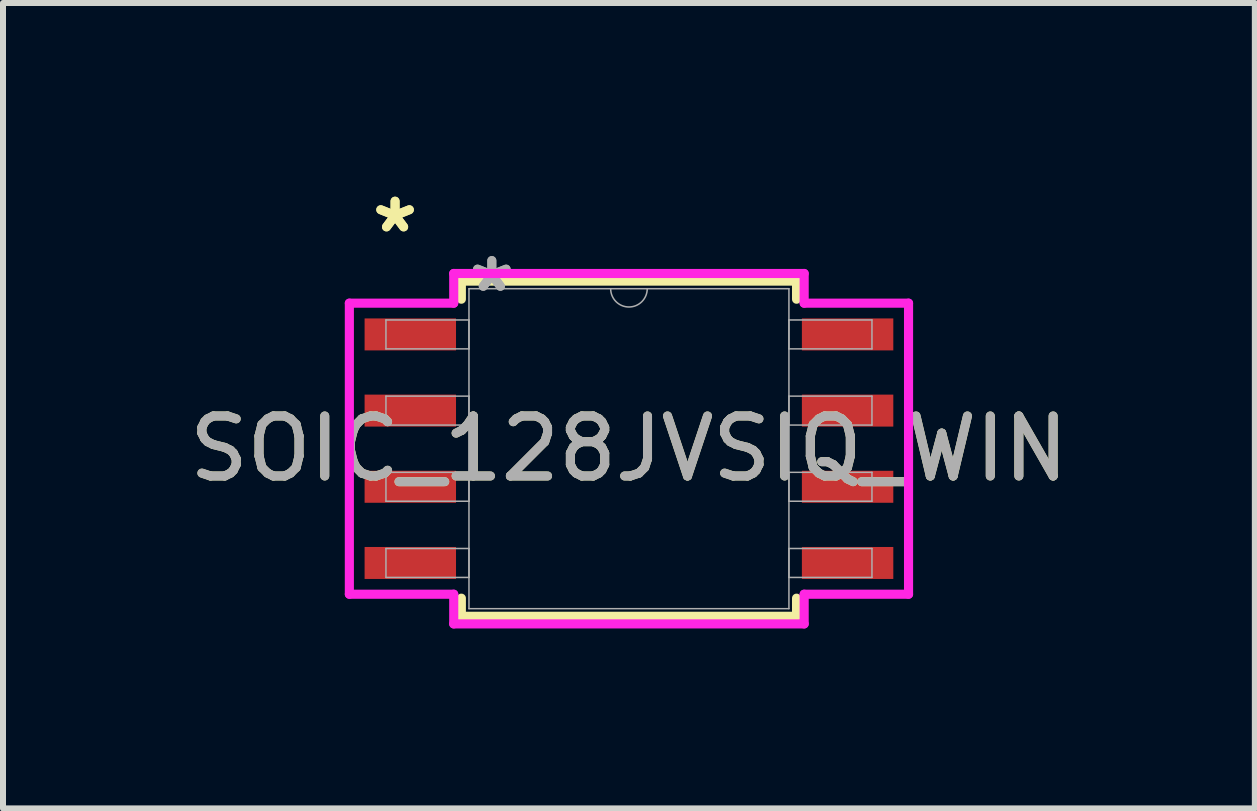
<source format=kicad_pcb>
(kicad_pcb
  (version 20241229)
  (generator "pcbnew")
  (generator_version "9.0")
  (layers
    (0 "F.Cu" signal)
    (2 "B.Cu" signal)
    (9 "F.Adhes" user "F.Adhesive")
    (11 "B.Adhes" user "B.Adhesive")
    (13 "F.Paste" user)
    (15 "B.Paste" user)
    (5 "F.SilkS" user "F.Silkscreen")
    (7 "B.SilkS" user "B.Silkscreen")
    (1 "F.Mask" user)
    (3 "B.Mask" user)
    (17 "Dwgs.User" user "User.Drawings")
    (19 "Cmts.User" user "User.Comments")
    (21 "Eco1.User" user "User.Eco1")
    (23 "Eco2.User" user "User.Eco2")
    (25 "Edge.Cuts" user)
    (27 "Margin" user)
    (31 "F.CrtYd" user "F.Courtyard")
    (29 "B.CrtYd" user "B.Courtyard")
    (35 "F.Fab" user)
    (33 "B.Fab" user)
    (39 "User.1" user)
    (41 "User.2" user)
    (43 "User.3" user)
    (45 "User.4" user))
  (footprint "SOIC_128JVSIQ_WIN"
    (layer "F.Cu")
    (at 7.435 4.43)
    (property "Reference" "SOIC_128JVSIQ_WIN" (at 0 0 0) (unlocked yes) (layer "F.SilkS") (effects (font (size 1 1) (thickness 0.15))))
    (attr smd)
    (fp_line (start -2.794 -2.794) (end -2.794 -2.492) (stroke (width 0.152) (type solid)) (layer "F.SilkS"))
    (fp_line (start -2.794 2.492) (end -2.794 2.794) (stroke (width 0.152) (type solid)) (layer "F.SilkS"))
    (fp_line (start -2.794 2.794) (end 2.794 2.794) (stroke (width 0.152) (type solid)) (layer "F.SilkS"))
    (fp_line (start 2.794 -2.794) (end -2.794 -2.794) (stroke (width 0.152) (type solid)) (layer "F.SilkS"))
    (fp_line (start 2.794 -2.492) (end 2.794 -2.794) (stroke (width 0.152) (type solid)) (layer "F.SilkS"))
    (fp_line (start 2.794 2.794) (end 2.794 2.492) (stroke (width 0.152) (type solid)) (layer "F.SilkS"))
    (fp_line (start -4.661 -2.426) (end -2.921 -2.426) (stroke (width 0.152) (type solid)) (layer "F.CrtYd"))
    (fp_line (start -4.661 2.426) (end -4.661 -2.426) (stroke (width 0.152) (type solid)) (layer "F.CrtYd"))
    (fp_line (start -4.661 2.426) (end -2.921 2.426) (stroke (width 0.152) (type solid)) (layer "F.CrtYd"))
    (fp_line (start -2.921 -2.921) (end 2.921 -2.921) (stroke (width 0.152) (type solid)) (layer "F.CrtYd"))
    (fp_line (start -2.921 -2.426) (end -2.921 -2.921) (stroke (width 0.152) (type solid)) (layer "F.CrtYd"))
    (fp_line (start -2.921 2.921) (end -2.921 2.426) (stroke (width 0.152) (type solid)) (layer "F.CrtYd"))
    (fp_line (start 2.921 -2.921) (end 2.921 -2.426) (stroke (width 0.152) (type solid)) (layer "F.CrtYd"))
    (fp_line (start 2.921 2.426) (end 2.921 2.921) (stroke (width 0.152) (type solid)) (layer "F.CrtYd"))
    (fp_line (start 2.921 2.921) (end -2.921 2.921) (stroke (width 0.152) (type solid)) (layer "F.CrtYd"))
    (fp_line (start 4.661 -2.426) (end 2.921 -2.426) (stroke (width 0.152) (type solid)) (layer "F.CrtYd"))
    (fp_line (start 4.661 -2.426) (end 4.661 2.426) (stroke (width 0.152) (type solid)) (layer "F.CrtYd"))
    (fp_line (start 4.661 2.426) (end 2.921 2.426) (stroke (width 0.152) (type solid)) (layer "F.CrtYd"))
    (fp_line (start -4.051 -2.146) (end -4.051 -1.664) (stroke (width 0.025) (type solid)) (layer "F.Fab"))
    (fp_line (start -4.051 -1.664) (end -2.667 -1.664) (stroke (width 0.025) (type solid)) (layer "F.Fab"))
    (fp_line (start -4.051 -0.876) (end -4.051 -0.394) (stroke (width 0.025) (type solid)) (layer "F.Fab"))
    (fp_line (start -4.051 -0.394) (end -2.667 -0.394) (stroke (width 0.025) (type solid)) (layer "F.Fab"))
    (fp_line (start -4.051 0.394) (end -4.051 0.876) (stroke (width 0.025) (type solid)) (layer "F.Fab"))
    (fp_line (start -4.051 0.876) (end -2.667 0.876) (stroke (width 0.025) (type solid)) (layer "F.Fab"))
    (fp_line (start -4.051 1.664) (end -4.051 2.146) (stroke (width 0.025) (type solid)) (layer "F.Fab"))
    (fp_line (start -4.051 2.146) (end -2.667 2.146) (stroke (width 0.025) (type solid)) (layer "F.Fab"))
    (fp_line (start -2.667 -2.667) (end -2.667 2.667) (stroke (width 0.025) (type solid)) (layer "F.Fab"))
    (fp_line (start -2.667 -2.146) (end -4.051 -2.146) (stroke (width 0.025) (type solid)) (layer "F.Fab"))
    (fp_line (start -2.667 -1.664) (end -2.667 -2.146) (stroke (width 0.025) (type solid)) (layer "F.Fab"))
    (fp_line (start -2.667 -0.876) (end -4.051 -0.876) (stroke (width 0.025) (type solid)) (layer "F.Fab"))
    (fp_line (start -2.667 -0.394) (end -2.667 -0.876) (stroke (width 0.025) (type solid)) (layer "F.Fab"))
    (fp_line (start -2.667 0.394) (end -4.051 0.394) (stroke (width 0.025) (type solid)) (layer "F.Fab"))
    (fp_line (start -2.667 0.876) (end -2.667 0.394) (stroke (width 0.025) (type solid)) (layer "F.Fab"))
    (fp_line (start -2.667 1.664) (end -4.051 1.664) (stroke (width 0.025) (type solid)) (layer "F.Fab"))
    (fp_line (start -2.667 2.146) (end -2.667 1.664) (stroke (width 0.025) (type solid)) (layer "F.Fab"))
    (fp_line (start -2.667 2.667) (end 2.667 2.667) (stroke (width 0.025) (type solid)) (layer "F.Fab"))
    (fp_line (start 2.667 -2.667) (end -2.667 -2.667) (stroke (width 0.025) (type solid)) (layer "F.Fab"))
    (fp_line (start 2.667 -2.146) (end 2.667 -1.664) (stroke (width 0.025) (type solid)) (layer "F.Fab"))
    (fp_line (start 2.667 -1.664) (end 4.051 -1.664) (stroke (width 0.025) (type solid)) (layer "F.Fab"))
    (fp_line (start 2.667 -0.876) (end 2.667 -0.394) (stroke (width 0.025) (type solid)) (layer "F.Fab"))
    (fp_line (start 2.667 -0.394) (end 4.051 -0.394) (stroke (width 0.025) (type solid)) (layer "F.Fab"))
    (fp_line (start 2.667 0.394) (end 2.667 0.876) (stroke (width 0.025) (type solid)) (layer "F.Fab"))
    (fp_line (start 2.667 0.876) (end 4.051 0.876) (stroke (width 0.025) (type solid)) (layer "F.Fab"))
    (fp_line (start 2.667 1.664) (end 2.667 2.146) (stroke (width 0.025) (type solid)) (layer "F.Fab"))
    (fp_line (start 2.667 2.146) (end 4.051 2.146) (stroke (width 0.025) (type solid)) (layer "F.Fab"))
    (fp_line (start 2.667 2.667) (end 2.667 -2.667) (stroke (width 0.025) (type solid)) (layer "F.Fab"))
    (fp_line (start 4.051 -2.146) (end 2.667 -2.146) (stroke (width 0.025) (type solid)) (layer "F.Fab"))
    (fp_line (start 4.051 -1.664) (end 4.051 -2.146) (stroke (width 0.025) (type solid)) (layer "F.Fab"))
    (fp_line (start 4.051 -0.876) (end 2.667 -0.876) (stroke (width 0.025) (type solid)) (layer "F.Fab"))
    (fp_line (start 4.051 -0.394) (end 4.051 -0.876) (stroke (width 0.025) (type solid)) (layer "F.Fab"))
    (fp_line (start 4.051 0.394) (end 2.667 0.394) (stroke (width 0.025) (type solid)) (layer "F.Fab"))
    (fp_line (start 4.051 0.876) (end 4.051 0.394) (stroke (width 0.025) (type solid)) (layer "F.Fab"))
    (fp_line (start 4.051 1.664) (end 2.667 1.664) (stroke (width 0.025) (type solid)) (layer "F.Fab"))
    (fp_line (start 4.051 2.146) (end 4.051 1.664) (stroke (width 0.025) (type solid)) (layer "F.Fab"))
    (fp_arc (start 0.3048 -2.667) (mid 0 -2.3622) (end -0.3048 -2.667) (stroke (width 0.0254) (type solid)) (layer "F.Fab"))
    (fp_text user "*" (at -3.899 -3.581 0) (layer "F.SilkS") (effects (font (size 1 1) (thickness 0.15))))
    (fp_text user "*" (at -3.899 -3.581 0) (unlocked yes) (layer "F.SilkS") (effects (font (size 1 1) (thickness 0.15))))
    (fp_text user "*" (at -2.286 -2.591 0) (layer "F.Fab") (effects (font (size 1 1) (thickness 0.15))))
    (fp_text user "${REFERENCE}" (at 0 0 0) (unlocked yes) (layer "F.Fab") (effects (font (size 1 1) (thickness 0.15))))
    (fp_text user "*" (at -2.286 -2.591 0) (unlocked yes) (layer "F.Fab") (effects (font (size 1 1) (thickness 0.15))))
    (pad "1" smd rect (at -3.645 -1.905) (size 1.524 0.533) (layers "F.Cu" "F.Mask" "F.Paste"))
    (pad "2" smd rect (at -3.645 -0.635) (size 1.524 0.533) (layers "F.Cu" "F.Mask" "F.Paste"))
    (pad "3" smd rect (at -3.645 0.635) (size 1.524 0.533) (layers "F.Cu" "F.Mask" "F.Paste"))
    (pad "4" smd rect (at -3.645 1.905) (size 1.524 0.533) (layers "F.Cu" "F.Mask" "F.Paste"))
    (pad "5" smd rect (at 3.645 1.905) (size 1.524 0.533) (layers "F.Cu" "F.Mask" "F.Paste"))
    (pad "6" smd rect (at 3.645 0.635) (size 1.524 0.533) (layers "F.Cu" "F.Mask" "F.Paste"))
    (pad "7" smd rect (at 3.645 -0.635) (size 1.524 0.533) (layers "F.Cu" "F.Mask" "F.Paste"))
    (pad "8" smd rect (at 3.645 -1.905) (size 1.524 0.533) (layers "F.Cu" "F.Mask" "F.Paste")))
  (gr_rect
    (start -3 -3)
    (end 17.869 10.427)
    (stroke (width 0.1) (type default))
    (fill no)
    (layer "Edge.Cuts")))
</source>
